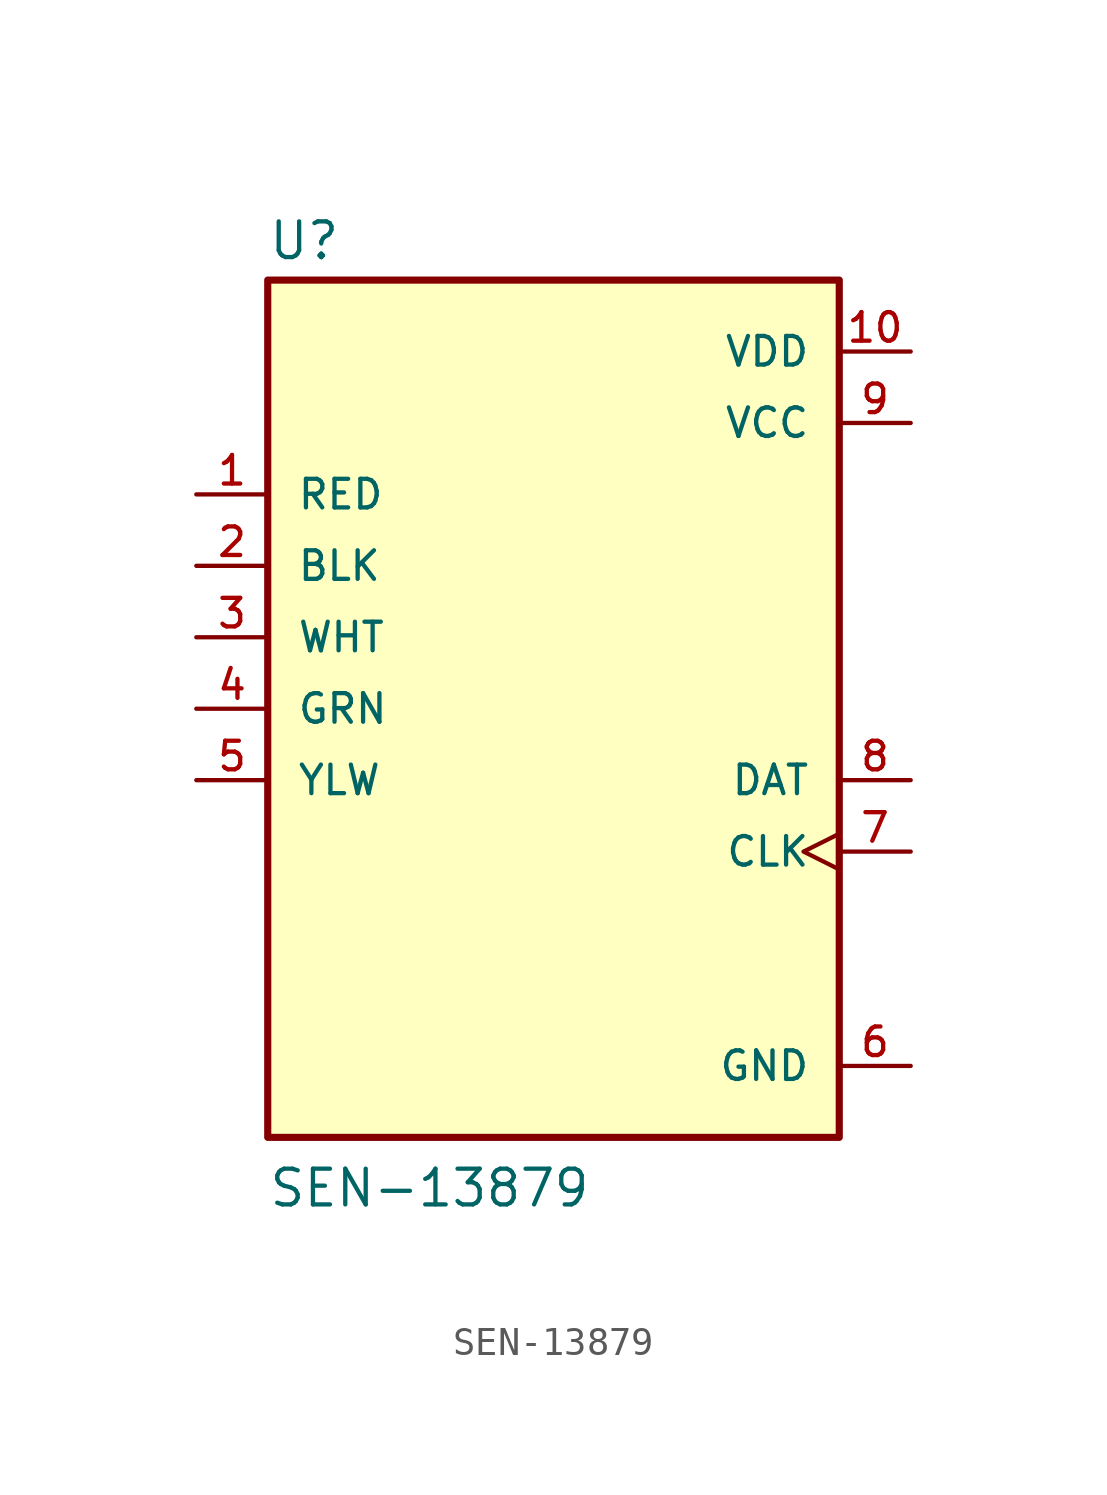
<source format=kicad_sym>
(kicad_symbol_lib
  (version 20241209)
  (generator "kicad_symbol_editor")
  (generator_version "9.0")
  (symbol "SEN-13879"
    (pin_names
      (offset 1.016))
    (property "Reference" "U"
      (at -10.172 15.894 0)
      (effects (font (size 1.27 1.27)) (justify left bottom)))
    (property "Value" "SEN-13879"
      (at -10.164 -17.787 0)
      (effects (font (size 1.27 1.27)) (justify left bottom)))
    (symbol "SEN-13879_0_0"
      (rectangle (start -10.16 -15.24) (end 10.16 15.24) (stroke (width 0.254) (type default)) (fill (type background)))
      (pin bidirectional line (at -12.7 7.62 0) (length 2.54) (name "RED" (effects (font (size 1.016 1.016)))) (number "1" (effects (font (size 1.016 1.016)))))
      (pin bidirectional line (at -12.7 5.08 0) (length 2.54) (name "BLK" (effects (font (size 1.016 1.016)))) (number "2" (effects (font (size 1.016 1.016)))))
      (pin input line (at -12.7 2.54 0) (length 2.54) (name "WHT" (effects (font (size 1.016 1.016)))) (number "3" (effects (font (size 1.016 1.016)))))
      (pin input line (at -12.7 0 0) (length 2.54) (name "GRN" (effects (font (size 1.016 1.016)))) (number "4" (effects (font (size 1.016 1.016)))))
      (pin bidirectional line (at -12.7 -2.54 0) (length 2.54) (name "YLW" (effects (font (size 1.016 1.016)))) (number "5" (effects (font (size 1.016 1.016)))))
      (pin power_in line (at 12.7 12.7 180) (length 2.54) (name "VDD" (effects (font (size 1.016 1.016)))) (number "10" (effects (font (size 1.016 1.016)))))
      (pin power_in line (at 12.7 10.16 180) (length 2.54) (name "VCC" (effects (font (size 1.016 1.016)))) (number "9" (effects (font (size 1.016 1.016)))))
      (pin output line (at 12.7 -2.54 180) (length 2.54) (name "DAT" (effects (font (size 1.016 1.016)))) (number "8" (effects (font (size 1.016 1.016)))))
      (pin input clock (at 12.7 -5.08 180) (length 2.54) (name "CLK" (effects (font (size 1.016 1.016)))) (number "7" (effects (font (size 1.016 1.016)))))
      (pin power_in line (at 12.7 -12.7 180) (length 2.54) (name "GND" (effects (font (size 1.016 1.016)))) (number "6" (effects (font (size 1.016 1.016))))))))
</source>
